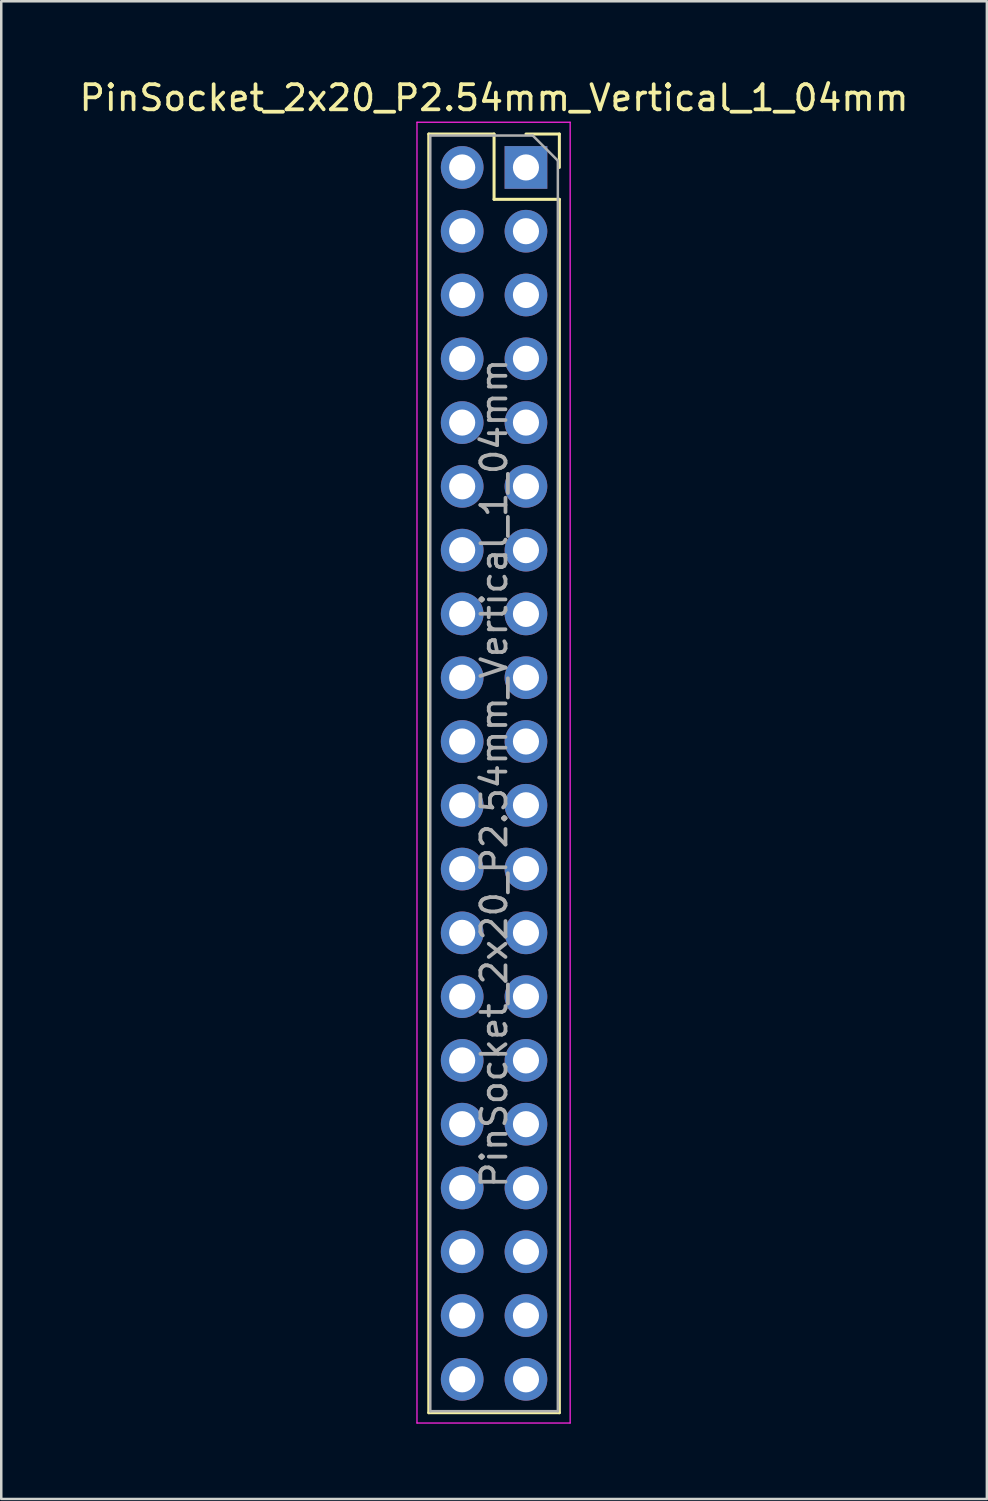
<source format=kicad_pcb>
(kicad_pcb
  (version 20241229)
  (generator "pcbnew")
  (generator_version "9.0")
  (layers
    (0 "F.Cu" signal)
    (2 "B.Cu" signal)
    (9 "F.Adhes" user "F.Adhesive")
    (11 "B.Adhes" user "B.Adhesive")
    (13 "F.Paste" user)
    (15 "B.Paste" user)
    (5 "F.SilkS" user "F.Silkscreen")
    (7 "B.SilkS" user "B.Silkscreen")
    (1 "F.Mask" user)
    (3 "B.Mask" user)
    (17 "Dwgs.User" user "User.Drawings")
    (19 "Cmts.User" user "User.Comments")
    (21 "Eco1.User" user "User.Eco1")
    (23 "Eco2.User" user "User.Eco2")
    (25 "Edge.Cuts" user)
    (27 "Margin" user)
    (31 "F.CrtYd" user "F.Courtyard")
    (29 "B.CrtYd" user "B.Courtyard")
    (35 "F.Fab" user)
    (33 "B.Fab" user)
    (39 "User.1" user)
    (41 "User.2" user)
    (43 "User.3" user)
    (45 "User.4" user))
  (footprint "PinSocket_2x20_P2.54mm_Vertical_1_04mm"
    (layer "F.Cu")
    (at 17.895 3.618)
    (property "Reference" "PinSocket_2x20_P2.54mm_Vertical_1_04mm" (at -1.27 -2.77 0) (layer "F.SilkS") (effects (font (size 1 1) (thickness 0.15))))
    (attr through_hole)
    (fp_line (start -3.87 -1.33) (end -3.87 49.59) (stroke (width 0.12) (type solid)) (layer "F.SilkS"))
    (fp_line (start -3.87 -1.33) (end -1.27 -1.33) (stroke (width 0.12) (type solid)) (layer "F.SilkS"))
    (fp_line (start -3.87 49.59) (end 1.33 49.59) (stroke (width 0.12) (type solid)) (layer "F.SilkS"))
    (fp_line (start -1.27 -1.33) (end -1.27 1.27) (stroke (width 0.12) (type solid)) (layer "F.SilkS"))
    (fp_line (start -1.27 1.27) (end 1.33 1.27) (stroke (width 0.12) (type solid)) (layer "F.SilkS"))
    (fp_line (start 0 -1.33) (end 1.33 -1.33) (stroke (width 0.12) (type solid)) (layer "F.SilkS"))
    (fp_line (start 1.33 -1.33) (end 1.33 0) (stroke (width 0.12) (type solid)) (layer "F.SilkS"))
    (fp_line (start 1.33 1.27) (end 1.33 49.59) (stroke (width 0.12) (type solid)) (layer "F.SilkS"))
    (fp_line (start -4.34 -1.8) (end 1.76 -1.8) (stroke (width 0.05) (type solid)) (layer "F.CrtYd"))
    (fp_line (start -4.34 50) (end -4.34 -1.8) (stroke (width 0.05) (type solid)) (layer "F.CrtYd"))
    (fp_line (start 1.76 -1.8) (end 1.76 50) (stroke (width 0.05) (type solid)) (layer "F.CrtYd"))
    (fp_line (start 1.76 50) (end -4.34 50) (stroke (width 0.05) (type solid)) (layer "F.CrtYd"))
    (fp_line (start -3.81 -1.27) (end 0.27 -1.27) (stroke (width 0.1) (type solid)) (layer "F.Fab"))
    (fp_line (start -3.81 49.53) (end -3.81 -1.27) (stroke (width 0.1) (type solid)) (layer "F.Fab"))
    (fp_line (start 0.27 -1.27) (end 1.27 -0.27) (stroke (width 0.1) (type solid)) (layer "F.Fab"))
    (fp_line (start 1.27 -0.27) (end 1.27 49.53) (stroke (width 0.1) (type solid)) (layer "F.Fab"))
    (fp_line (start 1.27 49.53) (end -3.81 49.53) (stroke (width 0.1) (type solid)) (layer "F.Fab"))
    (fp_text user "${REFERENCE}" (at -1.27 24.13 90) (layer "F.Fab") (effects (font (size 1 1) (thickness 0.15))))
    (pad "1" thru_hole rect (at 0 0) (size 1.7 1.7) (drill 1.04) (layers "*.Cu" "*.Mask"))
    (pad "2" thru_hole oval (at -2.54 0) (size 1.7 1.7) (drill 1.04) (layers "*.Cu" "*.Mask"))
    (pad "3" thru_hole oval (at 0 2.54) (size 1.7 1.7) (drill 1.04) (layers "*.Cu" "*.Mask"))
    (pad "4" thru_hole oval (at -2.54 2.54) (size 1.7 1.7) (drill 1.04) (layers "*.Cu" "*.Mask"))
    (pad "5" thru_hole oval (at 0 5.08) (size 1.7 1.7) (drill 1.04) (layers "*.Cu" "*.Mask"))
    (pad "6" thru_hole oval (at -2.54 5.08) (size 1.7 1.7) (drill 1.04) (layers "*.Cu" "*.Mask"))
    (pad "7" thru_hole oval (at 0 7.62) (size 1.7 1.7) (drill 1.04) (layers "*.Cu" "*.Mask"))
    (pad "8" thru_hole oval (at -2.54 7.62) (size 1.7 1.7) (drill 1.04) (layers "*.Cu" "*.Mask"))
    (pad "9" thru_hole oval (at 0 10.16) (size 1.7 1.7) (drill 1.04) (layers "*.Cu" "*.Mask"))
    (pad "10" thru_hole oval (at -2.54 10.16) (size 1.7 1.7) (drill 1.04) (layers "*.Cu" "*.Mask"))
    (pad "11" thru_hole oval (at 0 12.7) (size 1.7 1.7) (drill 1.04) (layers "*.Cu" "*.Mask"))
    (pad "12" thru_hole oval (at -2.54 12.7) (size 1.7 1.7) (drill 1.04) (layers "*.Cu" "*.Mask"))
    (pad "13" thru_hole oval (at 0 15.24) (size 1.7 1.7) (drill 1.04) (layers "*.Cu" "*.Mask"))
    (pad "14" thru_hole oval (at -2.54 15.24) (size 1.7 1.7) (drill 1.04) (layers "*.Cu" "*.Mask"))
    (pad "15" thru_hole oval (at 0 17.78) (size 1.7 1.7) (drill 1.04) (layers "*.Cu" "*.Mask"))
    (pad "16" thru_hole oval (at -2.54 17.78) (size 1.7 1.7) (drill 1.04) (layers "*.Cu" "*.Mask"))
    (pad "17" thru_hole oval (at 0 20.32) (size 1.7 1.7) (drill 1.04) (layers "*.Cu" "*.Mask"))
    (pad "18" thru_hole oval (at -2.54 20.32) (size 1.7 1.7) (drill 1.04) (layers "*.Cu" "*.Mask"))
    (pad "19" thru_hole oval (at 0 22.86) (size 1.7 1.7) (drill 1.04) (layers "*.Cu" "*.Mask"))
    (pad "20" thru_hole oval (at -2.54 22.86) (size 1.7 1.7) (drill 1.04) (layers "*.Cu" "*.Mask"))
    (pad "21" thru_hole oval (at 0 25.4) (size 1.7 1.7) (drill 1.04) (layers "*.Cu" "*.Mask"))
    (pad "22" thru_hole oval (at -2.54 25.4) (size 1.7 1.7) (drill 1.04) (layers "*.Cu" "*.Mask"))
    (pad "23" thru_hole oval (at 0 27.94) (size 1.7 1.7) (drill 1.04) (layers "*.Cu" "*.Mask"))
    (pad "24" thru_hole oval (at -2.54 27.94) (size 1.7 1.7) (drill 1.04) (layers "*.Cu" "*.Mask"))
    (pad "25" thru_hole oval (at 0 30.48) (size 1.7 1.7) (drill 1.04) (layers "*.Cu" "*.Mask"))
    (pad "26" thru_hole oval (at -2.54 30.48) (size 1.7 1.7) (drill 1.04) (layers "*.Cu" "*.Mask"))
    (pad "27" thru_hole oval (at 0 33.02) (size 1.7 1.7) (drill 1.04) (layers "*.Cu" "*.Mask"))
    (pad "28" thru_hole oval (at -2.54 33.02) (size 1.7 1.7) (drill 1.04) (layers "*.Cu" "*.Mask"))
    (pad "29" thru_hole oval (at 0 35.56) (size 1.7 1.7) (drill 1.04) (layers "*.Cu" "*.Mask"))
    (pad "30" thru_hole oval (at -2.54 35.56) (size 1.7 1.7) (drill 1.04) (layers "*.Cu" "*.Mask"))
    (pad "31" thru_hole oval (at 0 38.1) (size 1.7 1.7) (drill 1.04) (layers "*.Cu" "*.Mask"))
    (pad "32" thru_hole oval (at -2.54 38.1) (size 1.7 1.7) (drill 1.04) (layers "*.Cu" "*.Mask"))
    (pad "33" thru_hole oval (at 0 40.64) (size 1.7 1.7) (drill 1.04) (layers "*.Cu" "*.Mask"))
    (pad "34" thru_hole oval (at -2.54 40.64) (size 1.7 1.7) (drill 1.04) (layers "*.Cu" "*.Mask"))
    (pad "35" thru_hole oval (at 0 43.18) (size 1.7 1.7) (drill 1.04) (layers "*.Cu" "*.Mask"))
    (pad "36" thru_hole oval (at -2.54 43.18) (size 1.7 1.7) (drill 1.04) (layers "*.Cu" "*.Mask"))
    (pad "37" thru_hole oval (at 0 45.72) (size 1.7 1.7) (drill 1.04) (layers "*.Cu" "*.Mask"))
    (pad "38" thru_hole oval (at -2.54 45.72) (size 1.7 1.7) (drill 1.04) (layers "*.Cu" "*.Mask"))
    (pad "39" thru_hole oval (at 0 48.26) (size 1.7 1.7) (drill 1.04) (layers "*.Cu" "*.Mask"))
    (pad "40" thru_hole oval (at -2.54 48.26) (size 1.7 1.7) (drill 1.04) (layers "*.Cu" "*.Mask")))
  (gr_rect
    (start -3 -3)
    (end 36.25 56.643)
    (stroke (width 0.1) (type default))
    (fill no)
    (layer "Edge.Cuts")))
</source>
